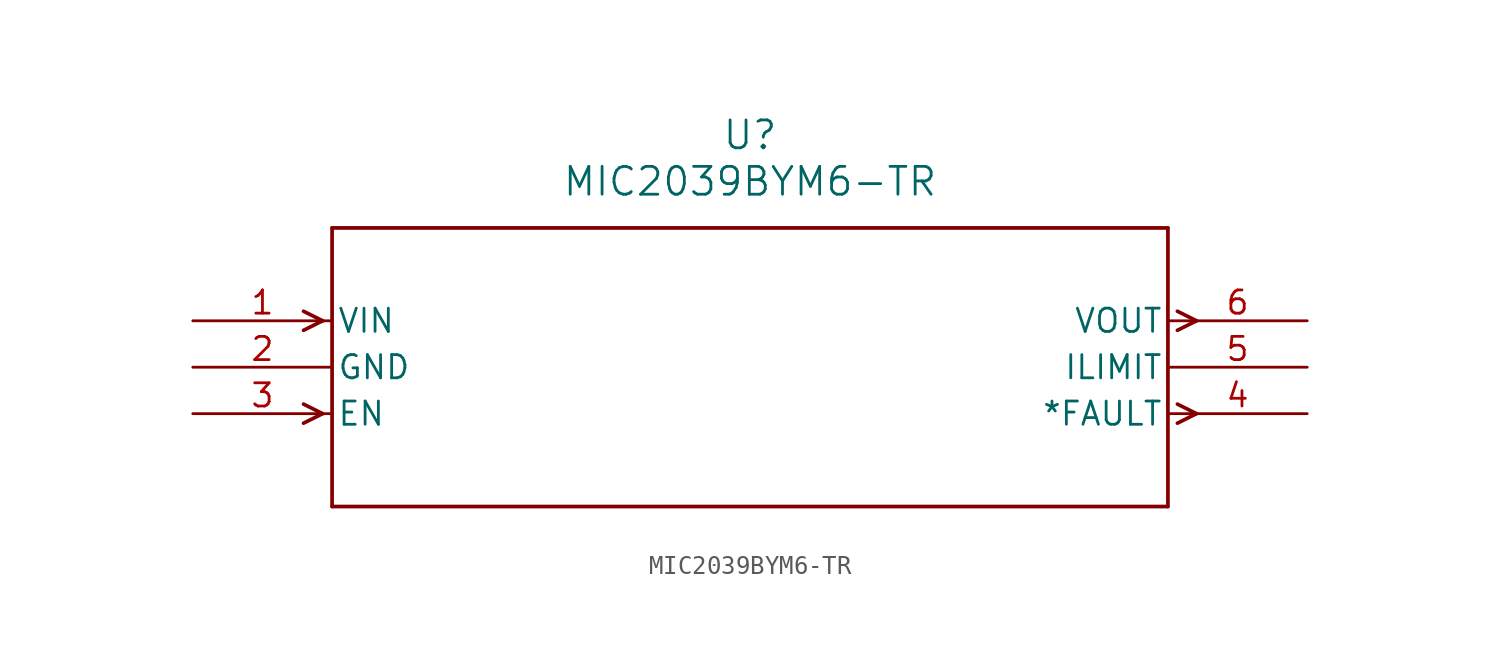
<source format=kicad_sym>
(kicad_symbol_lib
  (version 20211014)
  (generator kicad_symbol_editor)
  (symbol "MIC2039BYM6-TR"
    (pin_names
      (offset 0.254))
    (property "Reference" "U"
      (at 30.48 10.16 0)
      (effects (font (size 1.524 1.524))))
    (property "Value" "MIC2039BYM6-TR"
      (at 30.48 7.62 0)
      (effects (font (size 1.524 1.524))))
    (symbol "MIC2039BYM6-TR_0_1"
      (polyline (pts (xy 7.099 0) (xy 6.058 0.521)) (stroke (width 0.203) (type default) (color 0 0 0 0)) (fill (type none)))
      (polyline (pts (xy 7.099 0) (xy 6.058 -0.521)) (stroke (width 0.203) (type default) (color 0 0 0 0)) (fill (type none)))
      (polyline (pts (xy 7.099 -5.08) (xy 6.058 -4.559)) (stroke (width 0.203) (type default) (color 0 0 0 0)) (fill (type none)))
      (polyline (pts (xy 7.099 -5.08) (xy 6.058 -5.601)) (stroke (width 0.203) (type default) (color 0 0 0 0)) (fill (type none)))
      (polyline (pts (xy 53.861 -4.559) (xy 54.902 -5.08)) (stroke (width 0.203) (type default) (color 0 0 0 0)) (fill (type none)))
      (polyline (pts (xy 53.861 -5.601) (xy 54.902 -5.08)) (stroke (width 0.203) (type default) (color 0 0 0 0)) (fill (type none)))
      (polyline (pts (xy 53.861 0.521) (xy 54.902 0)) (stroke (width 0.203) (type default) (color 0 0 0 0)) (fill (type none)))
      (polyline (pts (xy 53.861 -0.521) (xy 54.902 0)) (stroke (width 0.203) (type default) (color 0 0 0 0)) (fill (type none)))
      (polyline (pts (xy 7.62 5.08) (xy 7.62 -10.16)) (stroke (width 0.203) (type default) (color 0 0 0 0)) (fill (type none)))
      (polyline (pts (xy 7.62 -10.16) (xy 53.34 -10.16)) (stroke (width 0.203) (type default) (color 0 0 0 0)) (fill (type none)))
      (polyline (pts (xy 53.34 -10.16) (xy 53.34 5.08)) (stroke (width 0.203) (type default) (color 0 0 0 0)) (fill (type none)))
      (polyline (pts (xy 53.34 5.08) (xy 7.62 5.08)) (stroke (width 0.203) (type default) (color 0 0 0 0)) (fill (type none)))
      (pin input line (at 0 0 0) (length 7.62) (name "VIN" (effects (font (size 1.27 1.27)))) (number "1" (effects (font (size 1.27 1.27)))))
      (pin power_in line (at 0 -2.54 0) (length 7.62) (name "GND" (effects (font (size 1.27 1.27)))) (number "2" (effects (font (size 1.27 1.27)))))
      (pin input line (at 0 -5.08 0) (length 7.62) (name "EN" (effects (font (size 1.27 1.27)))) (number "3" (effects (font (size 1.27 1.27)))))
      (pin output line (at 60.96 -5.08 180) (length 7.62) (name "*FAULT" (effects (font (size 1.27 1.27)))) (number "4" (effects (font (size 1.27 1.27)))))
      (pin unspecified line (at 60.96 -2.54 180) (length 7.62) (name "ILIMIT" (effects (font (size 1.27 1.27)))) (number "5" (effects (font (size 1.27 1.27)))))
      (pin output line (at 60.96 0 180) (length 7.62) (name "VOUT" (effects (font (size 1.27 1.27)))) (number "6" (effects (font (size 1.27 1.27))))))))
</source>
